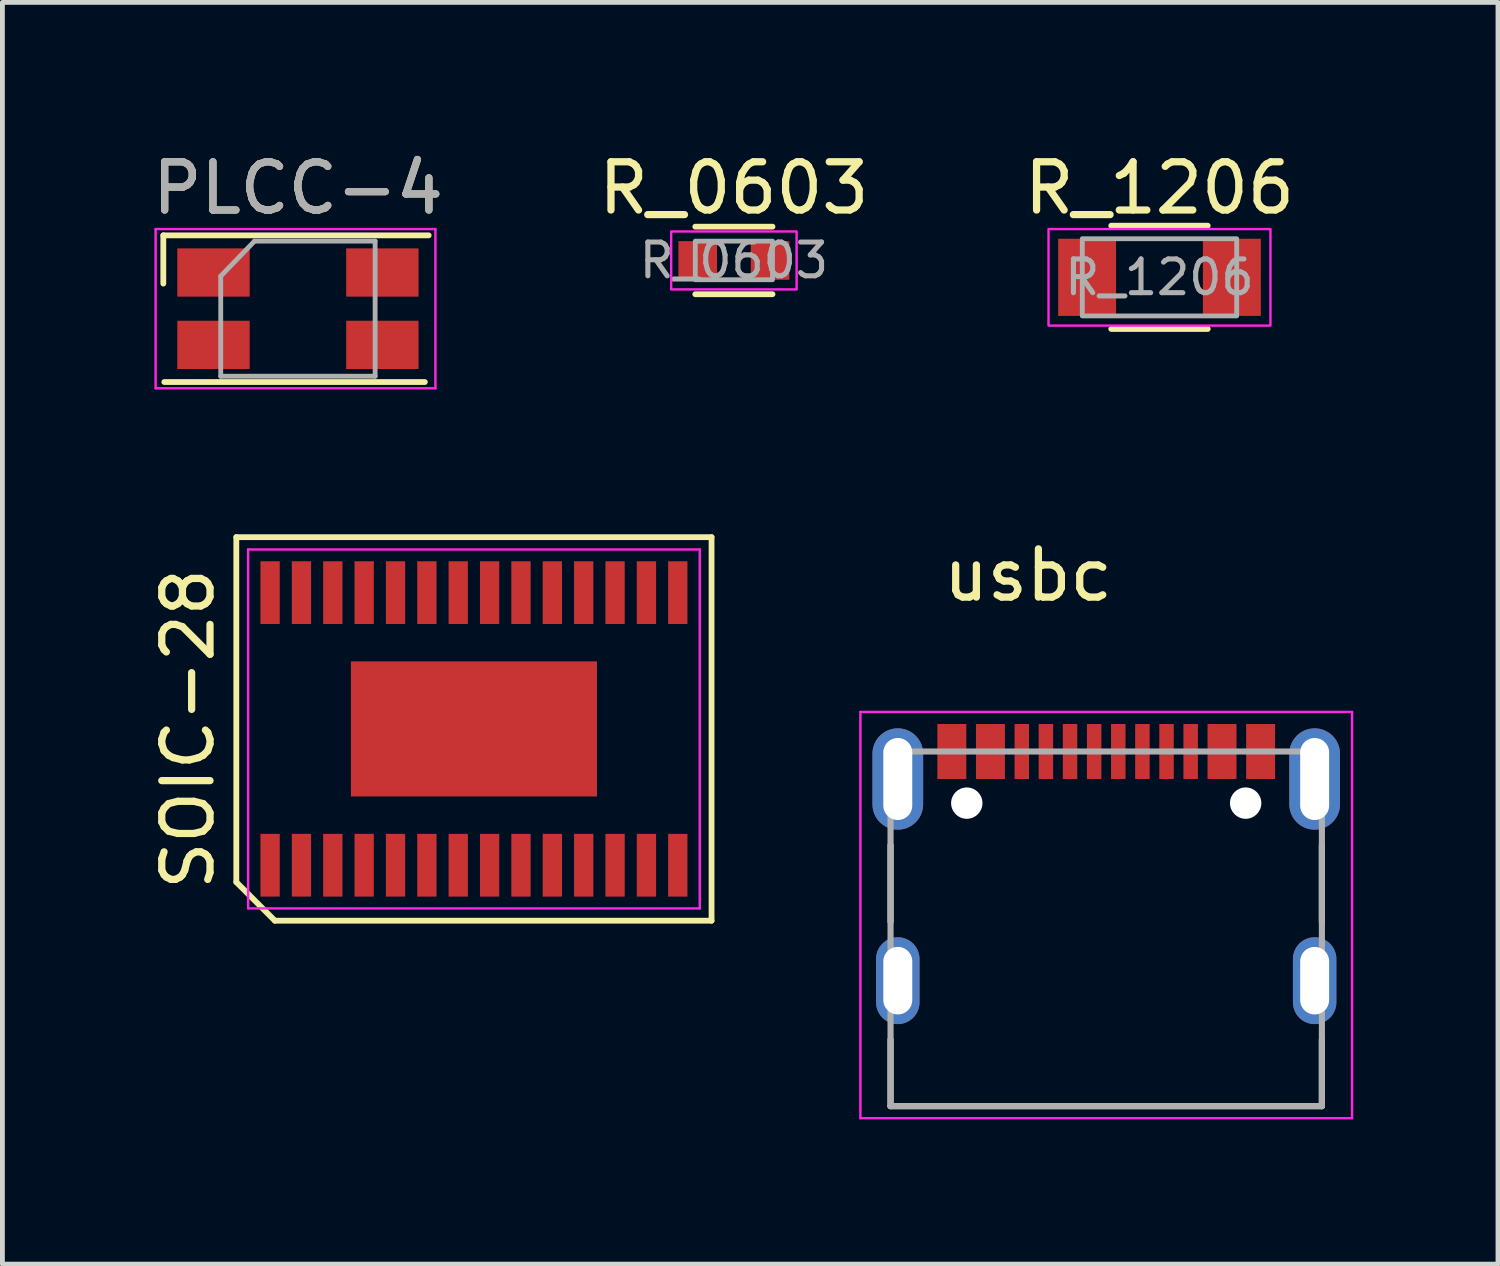
<source format=kicad_pcb>
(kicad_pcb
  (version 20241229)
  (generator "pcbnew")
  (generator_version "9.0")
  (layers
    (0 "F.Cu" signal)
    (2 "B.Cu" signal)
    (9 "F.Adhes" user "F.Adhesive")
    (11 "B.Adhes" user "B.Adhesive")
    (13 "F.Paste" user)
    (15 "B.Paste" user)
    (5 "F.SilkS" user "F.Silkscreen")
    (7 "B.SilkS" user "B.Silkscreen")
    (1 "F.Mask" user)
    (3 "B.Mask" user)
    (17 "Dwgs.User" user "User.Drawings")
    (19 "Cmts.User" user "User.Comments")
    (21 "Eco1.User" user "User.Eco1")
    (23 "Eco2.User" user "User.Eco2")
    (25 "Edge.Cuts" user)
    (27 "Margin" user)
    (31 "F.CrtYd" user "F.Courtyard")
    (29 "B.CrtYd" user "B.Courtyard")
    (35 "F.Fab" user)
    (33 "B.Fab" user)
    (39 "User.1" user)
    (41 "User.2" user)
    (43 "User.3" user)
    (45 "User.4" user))
  (footprint "usbc"
    (layer "F.Cu")
    (at 19.878 17.276)
    (property "Reference" "usbc" (at -1.62 -8.405 0) (layer "F.SilkS") (effects (font (size 1 1) (thickness 0.15))))
    (attr smd)
    (fp_line (start -4.47 -2.81) (end -4.47 -1.22) (stroke (width 0.127) (type solid)) (layer "F.SilkS"))
    (fp_line (start -4.47 2.6) (end -4.47 1.22) (stroke (width 0.127) (type solid)) (layer "F.SilkS"))
    (fp_line (start 4.47 -2.81) (end 4.47 -1.22) (stroke (width 0.127) (type solid)) (layer "F.SilkS"))
    (fp_line (start 4.47 2.6) (end -4.47 2.6) (stroke (width 0.127) (type solid)) (layer "F.SilkS"))
    (fp_line (start 4.47 2.6) (end 4.47 1.22) (stroke (width 0.127) (type solid)) (layer "F.SilkS"))
    (fp_line (start -5.095 -5.57) (end -5.095 2.85) (stroke (width 0.05) (type solid)) (layer "F.CrtYd"))
    (fp_line (start -5.095 2.85) (end 5.095 2.85) (stroke (width 0.05) (type solid)) (layer "F.CrtYd"))
    (fp_line (start 5.095 -5.57) (end -5.095 -5.57) (stroke (width 0.05) (type solid)) (layer "F.CrtYd"))
    (fp_line (start 5.095 2.85) (end 5.095 -5.57) (stroke (width 0.05) (type solid)) (layer "F.CrtYd"))
    (fp_line (start -4.47 -4.75) (end 4.47 -4.75) (stroke (width 0.127) (type solid)) (layer "F.Fab"))
    (fp_line (start -4.47 2.6) (end -4.47 -4.75) (stroke (width 0.127) (type solid)) (layer "F.Fab"))
    (fp_line (start 4.47 -4.75) (end 4.47 2.6) (stroke (width 0.127) (type solid)) (layer "F.Fab"))
    (fp_line (start 4.47 2.6) (end -4.47 2.6) (stroke (width 0.127) (type solid)) (layer "F.Fab"))
    (pad "" np_thru_hole circle (at -2.89 -3.68) (size 0.65 0.65) (drill 0.65) (layers "*.Cu" "*.Mask"))
    (pad "" np_thru_hole circle (at 2.89 -3.68) (size 0.65 0.65) (drill 0.65) (layers "*.Cu" "*.Mask"))
    (pad "A1_B12" smd rect (at -3.2 -4.75) (size 0.6 1.14) (layers "F.Cu" "F.Mask" "F.Paste"))
    (pad "A4_B9" smd rect (at -2.4 -4.75) (size 0.6 1.14) (layers "F.Cu" "F.Mask" "F.Paste"))
    (pad "A5" smd rect (at -1.25 -4.75) (size 0.3 1.14) (layers "F.Cu" "F.Mask" "F.Paste"))
    (pad "A6" smd rect (at -0.25 -4.75) (size 0.3 1.14) (layers "F.Cu" "F.Mask" "F.Paste"))
    (pad "A7" smd rect (at 0.25 -4.75) (size 0.3 1.14) (layers "F.Cu" "F.Mask" "F.Paste"))
    (pad "A8" smd rect (at 1.25 -4.75) (size 0.3 1.14) (layers "F.Cu" "F.Mask" "F.Paste"))
    (pad "B1_A12" smd rect (at 3.2 -4.75) (size 0.6 1.14) (layers "F.Cu" "F.Mask" "F.Paste"))
    (pad "B4_A9" smd rect (at 2.4 -4.75) (size 0.6 1.14) (layers "F.Cu" "F.Mask" "F.Paste"))
    (pad "B5" smd rect (at 1.75 -4.75) (size 0.3 1.14) (layers "F.Cu" "F.Mask" "F.Paste"))
    (pad "B6" smd rect (at 0.75 -4.75) (size 0.3 1.14) (layers "F.Cu" "F.Mask" "F.Paste"))
    (pad "B7" smd rect (at -0.75 -4.75) (size 0.3 1.14) (layers "F.Cu" "F.Mask" "F.Paste"))
    (pad "B8" smd rect (at -1.75 -4.75) (size 0.3 1.14) (layers "F.Cu" "F.Mask" "F.Paste"))
    (pad "SH1" thru_hole oval (at -4.32 -4.18) (size 1.05 2.1) (drill oval 0.6 1.7) (layers "*.Cu" "*.Mask"))
    (pad "SH2" thru_hole oval (at 4.32 -4.18) (size 1.05 2.1) (drill oval 0.6 1.7) (layers "*.Cu" "*.Mask"))
    (pad "SH3" thru_hole oval (at -4.32 0) (size 0.9 1.8) (drill oval 0.6 1.4) (layers "*.Cu" "*.Mask"))
    (pad "SH4" thru_hole oval (at 4.32 0) (size 0.9 1.8) (drill oval 0.6 1.4) (layers "*.Cu" "*.Mask")))
  (footprint "PLCC-4"
    (layer "F.Cu")
    (at 3.125 3.348)
    (property "Reference" "PLCC-4" (at 0 -2.5 0) (layer "F.SilkS") (effects (font (size 1 1) (thickness 0.15))))
    (attr smd)
    (fp_line (start -2.79 -0.52) (end -2.79 -1.52) (stroke (width 0.12) (type solid)) (layer "F.SilkS"))
    (fp_line (start 2.63 1.52) (end -2.77 1.52) (stroke (width 0.12) (type solid)) (layer "F.SilkS"))
    (fp_line (start 2.71 -1.52) (end -2.79 -1.52) (stroke (width 0.12) (type solid)) (layer "F.SilkS"))
    (fp_line (start -2.95 -1.65) (end -2.95 1.65) (stroke (width 0.05) (type solid)) (layer "F.CrtYd"))
    (fp_line (start -2.95 1.65) (end 2.85 1.65) (stroke (width 0.05) (type solid)) (layer "F.CrtYd"))
    (fp_line (start 2.85 -1.65) (end -2.95 -1.65) (stroke (width 0.05) (type solid)) (layer "F.CrtYd"))
    (fp_line (start 2.85 1.65) (end 2.85 -1.65) (stroke (width 0.05) (type solid)) (layer "F.CrtYd"))
    (fp_line (start -1.6 -0.675) (end -0.9 -1.4) (stroke (width 0.1) (type solid)) (layer "F.Fab"))
    (fp_line (start -1.6 1.4) (end -1.6 -0.675) (stroke (width 0.1) (type solid)) (layer "F.Fab"))
    (fp_line (start -0.9 -1.4) (end 1.6 -1.4) (stroke (width 0.1) (type solid)) (layer "F.Fab"))
    (fp_line (start 1.6 -1.4) (end 1.6 1.4) (stroke (width 0.1) (type solid)) (layer "F.Fab"))
    (fp_line (start 1.6 1.4) (end -1.6 1.4) (stroke (width 0.1) (type solid)) (layer "F.Fab"))
    (fp_text user "${REFERENCE}" (at 0 -2.5 0) (layer "F.Fab") (effects (font (size 1 1) (thickness 0.15))))
    (pad "1" smd rect (at -1.75 -0.75 180) (size 1.5 1) (layers "F.Cu" "F.Mask" "F.Paste"))
    (pad "2" smd rect (at -1.75 0.75 180) (size 1.5 1) (layers "F.Cu" "F.Mask" "F.Paste"))
    (pad "3" smd rect (at 1.75 0.75 180) (size 1.5 1) (layers "F.Cu" "F.Mask" "F.Paste"))
    (pad "4" smd rect (at 1.75 -0.75 180) (size 1.5 1) (layers "F.Cu" "F.Mask" "F.Paste")))
  (footprint "SOIC-28"
    (layer "F.Cu")
    (at 6.773 12.058)
    (property "Reference" "SOIC-28" (at -5.925 0 90) (layer "F.SilkS") (effects (font (size 1 1) (thickness 0.15))))
    (attr through_hole)
    (fp_line (start -4.925 -3.975) (end 4.925 -3.975) (stroke (width 0.12) (type default)) (layer "F.SilkS"))
    (fp_line (start -4.925 3.175) (end -4.925 -3.975) (stroke (width 0.12) (type default)) (layer "F.SilkS"))
    (fp_line (start -4.125 3.975) (end -4.925 3.175) (stroke (width 0.12) (type default)) (layer "F.SilkS"))
    (fp_line (start 4.925 -3.975) (end 4.925 3.975) (stroke (width 0.12) (type default)) (layer "F.SilkS"))
    (fp_line (start 4.925 3.975) (end -4.125 3.975) (stroke (width 0.12) (type default)) (layer "F.SilkS"))
    (fp_line (start -4.68 -3.72) (end 4.68 -3.72) (stroke (width 0.05) (type default)) (layer "F.CrtYd"))
    (fp_line (start -4.68 3.72) (end -4.68 -3.72) (stroke (width 0.05) (type default)) (layer "F.CrtYd"))
    (fp_line (start 4.68 -3.72) (end 4.68 3.72) (stroke (width 0.05) (type default)) (layer "F.CrtYd"))
    (fp_line (start 4.68 3.72) (end -4.68 3.72) (stroke (width 0.05) (type default)) (layer "F.CrtYd"))
    (pad "1" smd rect (at -4.225 2.825) (size 0.4 1.3) (layers "F.Cu" "F.Mask" "F.Paste"))
    (pad "2" smd rect (at -3.575 2.825) (size 0.4 1.3) (layers "F.Cu" "F.Mask" "F.Paste"))
    (pad "3" smd rect (at -2.925 2.825) (size 0.4 1.3) (layers "F.Cu" "F.Mask" "F.Paste"))
    (pad "4" smd rect (at -2.275 2.825) (size 0.4 1.3) (layers "F.Cu" "F.Mask" "F.Paste"))
    (pad "5" smd rect (at -1.625 2.825) (size 0.4 1.3) (layers "F.Cu" "F.Mask" "F.Paste"))
    (pad "6" smd rect (at -0.975 2.825) (size 0.4 1.3) (layers "F.Cu" "F.Mask" "F.Paste"))
    (pad "7" smd rect (at -0.325 2.825) (size 0.4 1.3) (layers "F.Cu" "F.Mask" "F.Paste"))
    (pad "8" smd rect (at 0.325 2.825) (size 0.4 1.3) (layers "F.Cu" "F.Mask" "F.Paste"))
    (pad "9" smd rect (at 0.975 2.825) (size 0.4 1.3) (layers "F.Cu" "F.Mask" "F.Paste"))
    (pad "10" smd rect (at 1.625 2.825) (size 0.4 1.3) (layers "F.Cu" "F.Mask" "F.Paste"))
    (pad "11" smd rect (at 2.275 2.825) (size 0.4 1.3) (layers "F.Cu" "F.Mask" "F.Paste"))
    (pad "12" smd rect (at 2.925 2.825) (size 0.4 1.3) (layers "F.Cu" "F.Mask" "F.Paste"))
    (pad "13" smd rect (at 3.575 2.825) (size 0.4 1.3) (layers "F.Cu" "F.Mask" "F.Paste"))
    (pad "14" smd rect (at 4.225 2.825) (size 0.4 1.3) (layers "F.Cu" "F.Mask" "F.Paste"))
    (pad "15" smd rect (at 4.225 -2.825) (size 0.4 1.3) (layers "F.Cu" "F.Mask" "F.Paste"))
    (pad "16" smd rect (at 3.575 -2.825) (size 0.4 1.3) (layers "F.Cu" "F.Mask" "F.Paste"))
    (pad "17" smd rect (at 2.925 -2.825) (size 0.4 1.3) (layers "F.Cu" "F.Mask" "F.Paste"))
    (pad "18" smd rect (at 2.275 -2.825) (size 0.4 1.3) (layers "F.Cu" "F.Mask" "F.Paste"))
    (pad "19" smd rect (at 1.625 -2.825) (size 0.4 1.3) (layers "F.Cu" "F.Mask" "F.Paste"))
    (pad "20" smd rect (at 0.975 -2.825) (size 0.4 1.3) (layers "F.Cu" "F.Mask" "F.Paste"))
    (pad "21" smd rect (at 0.325 -2.825) (size 0.4 1.3) (layers "F.Cu" "F.Mask" "F.Paste"))
    (pad "22" smd rect (at -0.325 -2.825) (size 0.4 1.3) (layers "F.Cu" "F.Mask" "F.Paste"))
    (pad "23" smd rect (at -0.975 -2.825) (size 0.4 1.3) (layers "F.Cu" "F.Mask" "F.Paste"))
    (pad "24" smd rect (at -1.625 -2.825) (size 0.4 1.3) (layers "F.Cu" "F.Mask" "F.Paste"))
    (pad "25" smd rect (at -2.275 -2.825) (size 0.4 1.3) (layers "F.Cu" "F.Mask" "F.Paste"))
    (pad "26" smd rect (at -2.925 -2.825) (size 0.4 1.3) (layers "F.Cu" "F.Mask" "F.Paste"))
    (pad "27" smd rect (at -3.575 -2.825) (size 0.4 1.3) (layers "F.Cu" "F.Mask" "F.Paste"))
    (pad "28" smd rect (at -4.225 -2.825) (size 0.4 1.3) (layers "F.Cu" "F.Mask" "F.Paste"))
    (pad "29" smd rect (at 0 0) (size 5.1 2.8) (layers "F.Cu" "F.Mask" "F.Paste")))
  (footprint "R_0603"
    (layer "F.Cu")
    (at 12.161 2.348)
    (property "Reference" "R_0603" (at 0 -1.5 0) (layer "F.SilkS") (effects (font (size 1 1) (thickness 0.15))))
    (attr smd)
    (fp_line (start -0.8 -0.7) (end 0.8 -0.7) (stroke (width 0.12) (type solid)) (layer "F.SilkS"))
    (fp_line (start 0.8 0.7) (end -0.8 0.7) (stroke (width 0.12) (type solid)) (layer "F.SilkS"))
    (fp_rect (start -1.3 -0.6) (end 1.3 0.6) (stroke (width 0.05) (type default)) (fill no) (layer "F.CrtYd"))
    (fp_rect (start -0.8 -0.4) (end 0.8 0.4) (stroke (width 0.1) (type default)) (fill no) (layer "F.Fab"))
    (fp_text user "${REFERENCE}" (at 0 0 0) (layer "F.Fab") (effects (font (size 0.7 0.7) (thickness 0.105))))
    (pad "1" smd rect (at -0.75 0) (size 0.8 0.8) (layers "F.Cu" "F.Mask" "F.Paste"))
    (pad "2" smd rect (at 0.75 0) (size 0.8 0.8) (layers "F.Cu" "F.Mask" "F.Paste")))
  (footprint "R_1206"
    (layer "F.Cu")
    (at 20.982 2.698)
    (property "Reference" "R_1206" (at 0 -1.85 0) (layer "F.SilkS") (effects (font (size 1 1) (thickness 0.15))))
    (attr smd)
    (fp_line (start -1 -1.07) (end 1 -1.07) (stroke (width 0.12) (type solid)) (layer "F.SilkS"))
    (fp_line (start 1 1.07) (end -1 1.07) (stroke (width 0.12) (type solid)) (layer "F.SilkS"))
    (fp_rect (start -2.3 -1) (end 2.3 1) (stroke (width 0.05) (type default)) (fill no) (layer "F.CrtYd"))
    (fp_rect (start -1.6 -0.8) (end 1.6 0.8) (stroke (width 0.1) (type default)) (fill no) (layer "F.Fab"))
    (fp_text user "${REFERENCE}" (at 0 0 0) (layer "F.Fab") (effects (font (size 0.7 0.7) (thickness 0.105))))
    (pad "1" smd rect (at -1.5 0) (size 1.2 1.6) (layers "F.Cu" "F.Mask" "F.Paste"))
    (pad "2" smd rect (at 1.5 0) (size 1.2 1.6) (layers "F.Cu" "F.Mask" "F.Paste")))
  (gr_rect
    (start -3 -3)
    (end 27.998 23.151)
    (stroke (width 0.1) (type default))
    (fill no)
    (layer "Edge.Cuts")))
</source>
